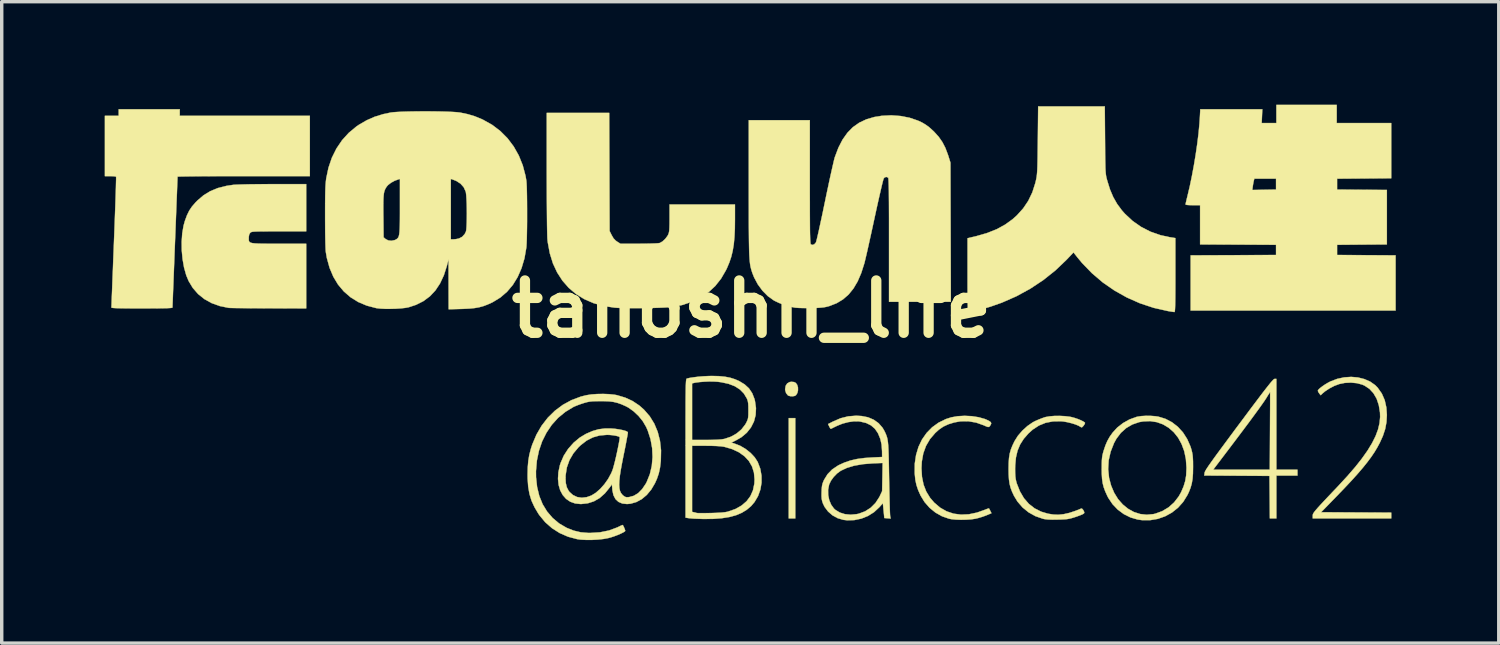
<source format=kicad_pcb>
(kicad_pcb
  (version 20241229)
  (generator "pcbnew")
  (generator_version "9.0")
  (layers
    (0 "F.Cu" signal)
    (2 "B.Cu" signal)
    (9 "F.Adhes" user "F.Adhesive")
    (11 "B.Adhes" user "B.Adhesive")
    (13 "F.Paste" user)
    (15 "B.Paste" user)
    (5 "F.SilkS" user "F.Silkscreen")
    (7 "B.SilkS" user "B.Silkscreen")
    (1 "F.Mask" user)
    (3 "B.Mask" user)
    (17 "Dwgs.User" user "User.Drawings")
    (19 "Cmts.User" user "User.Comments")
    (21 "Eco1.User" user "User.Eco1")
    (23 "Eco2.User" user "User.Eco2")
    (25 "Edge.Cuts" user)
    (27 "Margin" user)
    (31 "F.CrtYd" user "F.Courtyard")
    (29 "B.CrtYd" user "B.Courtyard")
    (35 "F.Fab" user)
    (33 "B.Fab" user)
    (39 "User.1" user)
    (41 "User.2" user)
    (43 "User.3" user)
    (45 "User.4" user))
  (footprint "tanoshii_life"
    (layer "F.Cu")
    (at 18.843 5.953)
    (property "Reference" "tanoshii_life" (at 0 0 0) (layer "F.SilkS") (effects (font (size 1.524 1.524) (thickness 0.3))))
    (attr through_hole)
    (fp_poly (pts (xy 1.27 6.096) (xy 1.079 6.096) (xy 1.079 3.175) (xy 1.27 3.175) (xy 1.27 6.096)) (stroke (width 0.01) (type solid)) (fill yes) (layer "F.SilkS"))
    (fp_poly (pts (xy 1.235 2.124) (xy 1.286 2.151) (xy 1.324 2.203) (xy 1.348 2.281) (xy 1.349 2.365) (xy 1.33 2.443) (xy 1.293 2.503) (xy 1.258 2.527) (xy 1.196 2.539) (xy 1.126 2.536) (xy 1.068 2.52) (xy 1.056 2.513) (xy 1.002 2.446) (xy 0.975 2.358) (xy 0.974 2.328) (xy 0.99 2.234) (xy 1.035 2.164) (xy 1.106 2.124) (xy 1.157 2.117) (xy 1.235 2.124)) (stroke (width 0.01) (type solid)) (fill yes) (layer "F.SilkS"))
    (fp_poly (pts (xy 17.039 -5.419) (xy 18.627 -5.419) (xy 18.627 -3.811) (xy 17.838 -3.805) (xy 17.05 -3.799) (xy 17.05 -3.482) (xy 17.775 -3.476) (xy 18.5 -3.471) (xy 18.5 -1.884) (xy 17.775 -1.879) (xy 17.05 -1.873) (xy 17.05 -1.577) (xy 17.902 -1.571) (xy 18.754 -1.566) (xy 18.754 0.042) (xy 12.785 0.042) (xy 12.785 -1.566) (xy 14.028 -1.571) (xy 15.272 -1.577) (xy 15.272 -1.873) (xy 14.166 -1.879) (xy 13.06 -1.884) (xy 13.06 -3.027) (xy 12.848 -3.027) (xy 12.741 -3.029) (xy 12.67 -3.035) (xy 12.638 -3.046) (xy 12.636 -3.049) (xy 12.641 -3.078) (xy 12.655 -3.139) (xy 12.674 -3.22) (xy 12.691 -3.288) (xy 12.734 -3.47) (xy 14.58 -3.47) (xy 14.926 -3.476) (xy 15.272 -3.482) (xy 15.272 -3.799) (xy 14.64 -3.799) (xy 14.625 -3.742) (xy 14.613 -3.687) (xy 14.6 -3.613) (xy 14.595 -3.578) (xy 14.58 -3.47) (xy 12.734 -3.47) (xy 12.757 -3.566) (xy 12.82 -3.868) (xy 12.879 -4.184) (xy 12.932 -4.504) (xy 12.978 -4.82) (xy 13.015 -5.12) (xy 13.041 -5.396) (xy 13.052 -5.56) (xy 13.066 -5.821) (xy 14.872 -5.821) (xy 14.863 -5.62) (xy 14.854 -5.419) (xy 15.282 -5.419) (xy 15.282 -5.948) (xy 17.039 -5.948) (xy 17.039 -5.419)) (stroke (width 0.01) (type solid)) (fill yes) (layer "F.SilkS"))
    (fp_poly (pts (xy 15.282 4.678) (xy 15.896 4.678) (xy 15.896 4.847) (xy 15.282 4.847) (xy 15.282 6.096) (xy 15.092 6.096) (xy 15.087 5.477) (xy 15.081 4.858) (xy 14.132 4.852) (xy 13.182 4.847) (xy 13.191 4.768) (xy 13.196 4.748) (xy 13.209 4.719) (xy 13.232 4.679) (xy 13.233 4.678) (xy 13.44 4.678) (xy 15.09 4.678) (xy 15.096 3.551) (xy 15.097 3.336) (xy 15.098 3.135) (xy 15.099 2.951) (xy 15.1 2.788) (xy 15.1 2.649) (xy 15.1 2.54) (xy 15.1 2.463) (xy 15.1 2.422) (xy 15.099 2.417) (xy 15.088 2.431) (xy 15.06 2.474) (xy 15.019 2.539) (xy 14.986 2.594) (xy 14.939 2.666) (xy 14.866 2.771) (xy 14.768 2.908) (xy 14.644 3.078) (xy 14.495 3.281) (xy 14.319 3.516) (xy 14.117 3.785) (xy 13.889 4.086) (xy 13.701 4.334) (xy 13.44 4.678) (xy 13.233 4.678) (xy 13.266 4.625) (xy 13.312 4.556) (xy 13.373 4.47) (xy 13.449 4.363) (xy 13.542 4.234) (xy 13.655 4.081) (xy 13.788 3.901) (xy 13.942 3.693) (xy 14.12 3.453) (xy 14.19 3.36) (xy 14.375 3.112) (xy 14.537 2.895) (xy 14.678 2.708) (xy 14.798 2.549) (xy 14.899 2.416) (xy 14.984 2.307) (xy 15.053 2.219) (xy 15.108 2.151) (xy 15.151 2.101) (xy 15.184 2.066) (xy 15.207 2.044) (xy 15.224 2.034) (xy 15.231 2.032) (xy 15.282 2.032) (xy 15.282 4.678)) (stroke (width 0.01) (type solid)) (fill yes) (layer "F.SilkS"))
    (fp_poly (pts (xy -12.975 -2.265) (xy -13.769 -2.265) (xy -13.973 -2.265) (xy -14.14 -2.264) (xy -14.272 -2.263) (xy -14.375 -2.262) (xy -14.452 -2.259) (xy -14.508 -2.256) (xy -14.547 -2.251) (xy -14.572 -2.244) (xy -14.59 -2.235) (xy -14.602 -2.225) (xy -14.605 -2.223) (xy -14.635 -2.174) (xy -14.647 -2.103) (xy -14.647 -2.078) (xy -14.648 -2.035) (xy -14.646 -2) (xy -14.638 -1.972) (xy -14.62 -1.95) (xy -14.589 -1.934) (xy -14.541 -1.922) (xy -14.471 -1.914) (xy -14.377 -1.909) (xy -14.254 -1.906) (xy -14.099 -1.905) (xy -13.907 -1.905) (xy -13.773 -1.905) (xy -12.975 -1.905) (xy -12.975 -0.021) (xy -14.071 -0.024) (xy -14.284 -0.025) (xy -14.486 -0.026) (xy -14.673 -0.027) (xy -14.839 -0.029) (xy -14.982 -0.03) (xy -15.097 -0.032) (xy -15.179 -0.034) (xy -15.224 -0.036) (xy -15.229 -0.036) (xy -15.493 -0.09) (xy -15.731 -0.176) (xy -15.942 -0.293) (xy -16.124 -0.44) (xy -16.277 -0.616) (xy -16.4 -0.82) (xy -16.469 -0.986) (xy -16.532 -1.21) (xy -16.575 -1.454) (xy -16.599 -1.708) (xy -16.602 -1.962) (xy -16.585 -2.206) (xy -16.547 -2.43) (xy -16.508 -2.569) (xy -16.448 -2.732) (xy -16.382 -2.867) (xy -16.302 -2.987) (xy -16.199 -3.106) (xy -16.141 -3.165) (xy -15.965 -3.315) (xy -15.769 -3.435) (xy -15.548 -3.526) (xy -15.299 -3.589) (xy -15.102 -3.619) (xy -15.041 -3.623) (xy -14.943 -3.627) (xy -14.813 -3.631) (xy -14.657 -3.635) (xy -14.48 -3.637) (xy -14.288 -3.639) (xy -14.085 -3.64) (xy -13.944 -3.64) (xy -12.975 -3.641) (xy -12.975 -2.265)) (stroke (width 0.01) (type solid)) (fill yes) (layer "F.SilkS"))
    (fp_poly (pts (xy 6.41 3.118) (xy 6.609 3.149) (xy 6.787 3.199) (xy 6.834 3.218) (xy 6.916 3.258) (xy 6.963 3.292) (xy 6.977 3.326) (xy 6.966 3.359) (xy 6.938 3.406) (xy 6.913 3.43) (xy 6.881 3.433) (xy 6.831 3.416) (xy 6.763 3.385) (xy 6.538 3.305) (xy 6.31 3.266) (xy 6.082 3.268) (xy 5.899 3.301) (xy 5.727 3.354) (xy 5.583 3.421) (xy 5.453 3.51) (xy 5.344 3.609) (xy 5.192 3.787) (xy 5.077 3.984) (xy 4.998 4.201) (xy 4.955 4.441) (xy 4.945 4.636) (xy 4.96 4.887) (xy 5.006 5.112) (xy 5.084 5.313) (xy 5.195 5.495) (xy 5.32 5.64) (xy 5.491 5.784) (xy 5.678 5.89) (xy 5.881 5.958) (xy 6.097 5.986) (xy 6.325 5.976) (xy 6.563 5.926) (xy 6.781 5.849) (xy 6.846 5.823) (xy 6.893 5.807) (xy 6.911 5.804) (xy 6.923 5.825) (xy 6.946 5.869) (xy 6.95 5.877) (xy 6.984 5.944) (xy 6.831 6.008) (xy 6.727 6.046) (xy 6.609 6.082) (xy 6.515 6.105) (xy 6.393 6.123) (xy 6.249 6.133) (xy 6.096 6.136) (xy 5.948 6.131) (xy 5.819 6.118) (xy 5.75 6.105) (xy 5.545 6.034) (xy 5.353 5.926) (xy 5.181 5.786) (xy 5.035 5.619) (xy 4.92 5.431) (xy 4.848 5.27) (xy 4.799 5.124) (xy 4.767 4.975) (xy 4.75 4.805) (xy 4.748 4.771) (xy 4.75 4.501) (xy 4.788 4.247) (xy 4.859 4.011) (xy 4.962 3.796) (xy 5.095 3.606) (xy 5.256 3.442) (xy 5.443 3.307) (xy 5.655 3.203) (xy 5.814 3.152) (xy 6 3.119) (xy 6.202 3.108) (xy 6.41 3.118)) (stroke (width 0.01) (type solid)) (fill yes) (layer "F.SilkS"))
    (fp_poly (pts (xy -4.138 -2.275) (xy -4.077 -2.152) (xy -4.024 -2.061) (xy -3.963 -1.997) (xy -3.92 -1.966) (xy -3.823 -1.905) (xy -3.278 -1.905) (xy -3.101 -1.906) (xy -2.949 -1.909) (xy -2.826 -1.913) (xy -2.735 -1.918) (xy -2.682 -1.925) (xy -2.674 -1.927) (xy -2.595 -1.973) (xy -2.517 -2.046) (xy -2.453 -2.131) (xy -2.432 -2.17) (xy -2.418 -2.205) (xy -2.407 -2.247) (xy -2.4 -2.302) (xy -2.396 -2.377) (xy -2.393 -2.478) (xy -2.392 -2.614) (xy -2.392 -2.651) (xy -2.392 -3.048) (xy -0.487 -3.048) (xy -0.487 -2.613) (xy -0.49 -2.338) (xy -0.502 -2.098) (xy -0.522 -1.886) (xy -0.553 -1.697) (xy -0.595 -1.524) (xy -0.65 -1.36) (xy -0.718 -1.199) (xy -0.75 -1.132) (xy -0.893 -0.886) (xy -1.063 -0.672) (xy -1.261 -0.489) (xy -1.486 -0.336) (xy -1.741 -0.213) (xy -2.026 -0.119) (xy -2.243 -0.071) (xy -2.317 -0.061) (xy -2.426 -0.053) (xy -2.565 -0.045) (xy -2.726 -0.039) (xy -2.902 -0.034) (xy -3.087 -0.031) (xy -3.275 -0.028) (xy -3.458 -0.028) (xy -3.629 -0.029) (xy -3.783 -0.032) (xy -3.912 -0.037) (xy -4.002 -0.044) (xy -4.318 -0.092) (xy -4.61 -0.175) (xy -4.876 -0.291) (xy -5.116 -0.439) (xy -5.328 -0.619) (xy -5.511 -0.828) (xy -5.665 -1.066) (xy -5.789 -1.332) (xy -5.88 -1.626) (xy -5.939 -1.945) (xy -5.947 -2.011) (xy -5.951 -2.067) (xy -5.954 -2.162) (xy -5.957 -2.292) (xy -5.96 -2.456) (xy -5.962 -2.65) (xy -5.964 -2.871) (xy -5.966 -3.115) (xy -5.967 -3.381) (xy -5.968 -3.664) (xy -5.969 -3.961) (xy -5.969 -3.963) (xy -5.969 -5.715) (xy -4.15 -5.715) (xy -4.138 -2.275)) (stroke (width 0.01) (type solid)) (fill yes) (layer "F.SilkS"))
    (fp_poly (pts (xy 17.658 1.991) (xy 17.845 2.038) (xy 18.014 2.112) (xy 18.16 2.215) (xy 18.233 2.29) (xy 18.353 2.46) (xy 18.437 2.652) (xy 18.485 2.866) (xy 18.5 3.083) (xy 18.488 3.292) (xy 18.451 3.491) (xy 18.385 3.691) (xy 18.298 3.884) (xy 18.225 4.021) (xy 18.143 4.159) (xy 18.047 4.301) (xy 17.936 4.451) (xy 17.807 4.612) (xy 17.657 4.787) (xy 17.484 4.98) (xy 17.284 5.193) (xy 17.056 5.431) (xy 17.037 5.45) (xy 16.584 5.916) (xy 17.605 5.922) (xy 18.627 5.927) (xy 18.627 6.096) (xy 16.341 6.096) (xy 16.341 6.019) (xy 16.341 5.999) (xy 16.345 5.98) (xy 16.353 5.958) (xy 16.37 5.93) (xy 16.396 5.894) (xy 16.434 5.848) (xy 16.487 5.787) (xy 16.557 5.71) (xy 16.646 5.614) (xy 16.757 5.496) (xy 16.892 5.353) (xy 17.054 5.183) (xy 17.081 5.154) (xy 17.346 4.867) (xy 17.577 4.6) (xy 17.773 4.352) (xy 17.937 4.12) (xy 18.069 3.903) (xy 18.171 3.699) (xy 18.243 3.505) (xy 18.287 3.32) (xy 18.304 3.142) (xy 18.3 3.012) (xy 18.265 2.797) (xy 18.202 2.609) (xy 18.11 2.451) (xy 17.993 2.323) (xy 17.85 2.228) (xy 17.784 2.199) (xy 17.628 2.157) (xy 17.453 2.14) (xy 17.274 2.149) (xy 17.113 2.182) (xy 16.971 2.235) (xy 16.827 2.31) (xy 16.697 2.396) (xy 16.63 2.452) (xy 16.571 2.508) (xy 16.53 2.455) (xy 16.501 2.41) (xy 16.489 2.376) (xy 16.506 2.346) (xy 16.553 2.301) (xy 16.622 2.248) (xy 16.704 2.192) (xy 16.793 2.14) (xy 16.856 2.107) (xy 17.053 2.032) (xy 17.256 1.988) (xy 17.46 1.974) (xy 17.658 1.991)) (stroke (width 0.01) (type solid)) (fill yes) (layer "F.SilkS"))
    (fp_poly (pts (xy -16.658 -5.63) (xy -12.869 -5.63) (xy -12.869 -3.873) (xy -14.796 -3.873) (xy -15.077 -3.873) (xy -15.346 -3.873) (xy -15.6 -3.872) (xy -15.836 -3.871) (xy -16.05 -3.87) (xy -16.24 -3.868) (xy -16.402 -3.866) (xy -16.535 -3.864) (xy -16.634 -3.862) (xy -16.698 -3.86) (xy -16.722 -3.858) (xy -16.722 -3.858) (xy -16.723 -3.835) (xy -16.725 -3.772) (xy -16.729 -3.674) (xy -16.734 -3.542) (xy -16.74 -3.38) (xy -16.748 -3.191) (xy -16.756 -2.978) (xy -16.765 -2.744) (xy -16.775 -2.492) (xy -16.785 -2.224) (xy -16.796 -1.958) (xy -16.807 -1.679) (xy -16.817 -1.412) (xy -16.827 -1.16) (xy -16.836 -0.926) (xy -16.844 -0.712) (xy -16.852 -0.524) (xy -16.858 -0.362) (xy -16.863 -0.23) (xy -16.867 -0.132) (xy -16.869 -0.07) (xy -16.87 -0.048) (xy -16.878 -0.041) (xy -16.906 -0.035) (xy -16.956 -0.031) (xy -17.032 -0.027) (xy -17.136 -0.025) (xy -17.271 -0.023) (xy -17.441 -0.022) (xy -17.649 -0.021) (xy -17.759 -0.021) (xy -17.985 -0.021) (xy -18.173 -0.022) (xy -18.324 -0.024) (xy -18.442 -0.026) (xy -18.53 -0.029) (xy -18.591 -0.033) (xy -18.629 -0.038) (xy -18.646 -0.044) (xy -18.648 -0.048) (xy -18.647 -0.072) (xy -18.644 -0.136) (xy -18.641 -0.236) (xy -18.636 -0.369) (xy -18.629 -0.533) (xy -18.622 -0.723) (xy -18.614 -0.937) (xy -18.604 -1.172) (xy -18.595 -1.425) (xy -18.584 -1.693) (xy -18.574 -1.955) (xy -18.563 -2.234) (xy -18.553 -2.5) (xy -18.544 -2.751) (xy -18.535 -2.985) (xy -18.528 -3.197) (xy -18.522 -3.385) (xy -18.517 -3.546) (xy -18.514 -3.676) (xy -18.511 -3.773) (xy -18.511 -3.834) (xy -18.512 -3.855) (xy -18.537 -3.864) (xy -18.593 -3.87) (xy -18.669 -3.873) (xy -18.681 -3.873) (xy -18.838 -3.873) (xy -18.838 -5.63) (xy -18.436 -5.63) (xy -18.436 -5.821) (xy -16.658 -5.821) (xy -16.658 -5.63)) (stroke (width 0.01) (type solid)) (fill yes) (layer "F.SilkS"))
    (fp_poly (pts (xy 10.292 -4.927) (xy 10.294 -4.698) (xy 10.295 -4.507) (xy 10.297 -4.349) (xy 10.3 -4.222) (xy 10.302 -4.119) (xy 10.306 -4.036) (xy 10.311 -3.97) (xy 10.317 -3.916) (xy 10.324 -3.869) (xy 10.333 -3.826) (xy 10.345 -3.782) (xy 10.355 -3.744) (xy 10.435 -3.487) (xy 10.53 -3.263) (xy 10.644 -3.063) (xy 10.781 -2.878) (xy 10.873 -2.774) (xy 11.097 -2.566) (xy 11.345 -2.393) (xy 11.615 -2.255) (xy 11.907 -2.153) (xy 12.176 -2.095) (xy 12.34 -2.069) (xy 12.34 -0.992) (xy 12.34 -0.741) (xy 12.339 -0.53) (xy 12.338 -0.355) (xy 12.336 -0.214) (xy 12.334 -0.104) (xy 12.331 -0.022) (xy 12.327 0.035) (xy 12.322 0.069) (xy 12.316 0.084) (xy 12.314 0.085) (xy 12.281 0.081) (xy 12.219 0.072) (xy 12.14 0.059) (xy 12.118 0.055) (xy 11.707 -0.038) (xy 11.309 -0.17) (xy 10.927 -0.339) (xy 10.564 -0.543) (xy 10.223 -0.779) (xy 9.908 -1.048) (xy 9.62 -1.346) (xy 9.485 -1.509) (xy 9.373 -1.651) (xy 9.17 -1.437) (xy 8.847 -1.128) (xy 8.494 -0.847) (xy 8.114 -0.595) (xy 7.711 -0.375) (xy 7.288 -0.189) (xy 6.964 -0.075) (xy 6.881 -0.05) (xy 6.779 -0.022) (xy 6.669 0.007) (xy 6.559 0.034) (xy 6.459 0.057) (xy 6.377 0.075) (xy 6.324 0.084) (xy 6.313 0.084) (xy 6.307 0.076) (xy 6.302 0.049) (xy 6.297 0.001) (xy 6.294 -0.071) (xy 6.291 -0.171) (xy 6.289 -0.301) (xy 6.288 -0.463) (xy 6.287 -0.661) (xy 6.287 -0.897) (xy 6.287 -0.99) (xy 6.287 -2.064) (xy 6.556 -2.129) (xy 6.863 -2.218) (xy 7.137 -2.327) (xy 7.38 -2.46) (xy 7.598 -2.617) (xy 7.726 -2.732) (xy 7.908 -2.934) (xy 8.057 -3.156) (xy 8.174 -3.4) (xy 8.261 -3.673) (xy 8.281 -3.757) (xy 8.291 -3.806) (xy 8.3 -3.856) (xy 8.307 -3.912) (xy 8.313 -3.979) (xy 8.318 -4.06) (xy 8.322 -4.16) (xy 8.325 -4.284) (xy 8.328 -4.435) (xy 8.33 -4.618) (xy 8.333 -4.837) (xy 8.334 -4.927) (xy 8.344 -5.905) (xy 10.284 -5.905) (xy 10.292 -4.927)) (stroke (width 0.01) (type solid)) (fill yes) (layer "F.SilkS"))
    (fp_poly (pts (xy 9.128 3.118) (xy 9.266 3.135) (xy 9.313 3.144) (xy 9.405 3.169) (xy 9.499 3.201) (xy 9.585 3.236) (xy 9.655 3.271) (xy 9.699 3.3) (xy 9.709 3.313) (xy 9.701 3.342) (xy 9.673 3.386) (xy 9.665 3.397) (xy 9.629 3.436) (xy 9.603 3.444) (xy 9.583 3.433) (xy 9.521 3.396) (xy 9.428 3.358) (xy 9.316 3.323) (xy 9.196 3.294) (xy 9.079 3.273) (xy 9.006 3.266) (xy 8.774 3.27) (xy 8.561 3.311) (xy 8.367 3.39) (xy 8.187 3.507) (xy 8.064 3.617) (xy 7.924 3.777) (xy 7.818 3.943) (xy 7.743 4.123) (xy 7.696 4.324) (xy 7.675 4.551) (xy 7.673 4.646) (xy 7.674 4.772) (xy 7.679 4.869) (xy 7.689 4.948) (xy 7.705 5.021) (xy 7.722 5.08) (xy 7.813 5.309) (xy 7.929 5.507) (xy 8.072 5.672) (xy 8.24 5.803) (xy 8.432 5.9) (xy 8.627 5.958) (xy 8.783 5.983) (xy 8.933 5.989) (xy 9.085 5.973) (xy 9.249 5.936) (xy 9.431 5.876) (xy 9.603 5.807) (xy 9.628 5.817) (xy 9.658 5.854) (xy 9.664 5.865) (xy 9.686 5.912) (xy 9.686 5.938) (xy 9.665 5.959) (xy 9.66 5.963) (xy 9.624 5.981) (xy 9.558 6.008) (xy 9.474 6.039) (xy 9.42 6.057) (xy 9.333 6.084) (xy 9.26 6.103) (xy 9.187 6.116) (xy 9.103 6.123) (xy 8.996 6.128) (xy 8.911 6.13) (xy 8.75 6.132) (xy 8.625 6.127) (xy 8.53 6.116) (xy 8.486 6.107) (xy 8.266 6.031) (xy 8.066 5.92) (xy 7.89 5.777) (xy 7.742 5.606) (xy 7.641 5.44) (xy 7.583 5.316) (xy 7.54 5.201) (xy 7.511 5.085) (xy 7.493 4.957) (xy 7.484 4.806) (xy 7.482 4.657) (xy 7.485 4.48) (xy 7.495 4.335) (xy 7.515 4.21) (xy 7.547 4.094) (xy 7.593 3.977) (xy 7.655 3.847) (xy 7.658 3.842) (xy 7.755 3.688) (xy 7.883 3.54) (xy 8.03 3.406) (xy 8.186 3.298) (xy 8.257 3.261) (xy 8.354 3.218) (xy 8.456 3.178) (xy 8.543 3.148) (xy 8.562 3.143) (xy 8.677 3.123) (xy 8.82 3.111) (xy 8.975 3.11) (xy 9.128 3.118)) (stroke (width 0.01) (type solid)) (fill yes) (layer "F.SilkS"))
    (fp_poly (pts (xy 11.62 3.109) (xy 11.755 3.119) (xy 11.843 3.132) (xy 12.05 3.195) (xy 12.241 3.295) (xy 12.413 3.429) (xy 12.562 3.593) (xy 12.685 3.786) (xy 12.78 4.002) (xy 12.81 4.1) (xy 12.828 4.174) (xy 12.841 4.248) (xy 12.849 4.331) (xy 12.854 4.433) (xy 12.855 4.565) (xy 12.855 4.604) (xy 12.852 4.79) (xy 12.84 4.946) (xy 12.817 5.081) (xy 12.782 5.205) (xy 12.732 5.33) (xy 12.692 5.414) (xy 12.569 5.613) (xy 12.417 5.784) (xy 12.24 5.925) (xy 12.042 6.034) (xy 11.829 6.109) (xy 11.605 6.147) (xy 11.374 6.147) (xy 11.241 6.128) (xy 11.034 6.068) (xy 10.839 5.971) (xy 10.662 5.84) (xy 10.509 5.68) (xy 10.385 5.495) (xy 10.357 5.44) (xy 10.297 5.308) (xy 10.253 5.188) (xy 10.223 5.07) (xy 10.205 4.942) (xy 10.196 4.793) (xy 10.195 4.661) (xy 10.382 4.661) (xy 10.409 4.916) (xy 10.468 5.138) (xy 10.557 5.349) (xy 10.671 5.534) (xy 10.808 5.69) (xy 10.963 5.816) (xy 11.133 5.91) (xy 11.315 5.968) (xy 11.504 5.989) (xy 11.698 5.971) (xy 11.755 5.958) (xy 11.958 5.884) (xy 12.142 5.774) (xy 12.303 5.63) (xy 12.436 5.458) (xy 12.507 5.332) (xy 12.579 5.165) (xy 12.627 5.008) (xy 12.654 4.845) (xy 12.663 4.66) (xy 12.664 4.614) (xy 12.646 4.366) (xy 12.598 4.136) (xy 12.521 3.928) (xy 12.419 3.743) (xy 12.293 3.585) (xy 12.146 3.456) (xy 11.981 3.357) (xy 11.8 3.292) (xy 11.605 3.262) (xy 11.399 3.271) (xy 11.284 3.292) (xy 11.086 3.36) (xy 10.908 3.464) (xy 10.753 3.603) (xy 10.623 3.774) (xy 10.553 3.902) (xy 10.454 4.154) (xy 10.397 4.407) (xy 10.382 4.661) (xy 10.195 4.661) (xy 10.195 4.636) (xy 10.196 4.503) (xy 10.199 4.403) (xy 10.206 4.324) (xy 10.217 4.254) (xy 10.234 4.184) (xy 10.252 4.121) (xy 10.304 3.967) (xy 10.359 3.84) (xy 10.425 3.722) (xy 10.511 3.6) (xy 10.648 3.45) (xy 10.816 3.319) (xy 11.003 3.214) (xy 11.2 3.142) (xy 11.236 3.133) (xy 11.344 3.116) (xy 11.477 3.108) (xy 11.62 3.109)) (stroke (width 0.01) (type solid)) (fill yes) (layer "F.SilkS"))
    (fp_poly (pts (xy 3.203 3.114) (xy 3.389 3.151) (xy 3.555 3.222) (xy 3.697 3.324) (xy 3.811 3.455) (xy 3.865 3.548) (xy 3.891 3.602) (xy 3.913 3.652) (xy 3.931 3.701) (xy 3.947 3.754) (xy 3.959 3.815) (xy 3.969 3.888) (xy 3.977 3.977) (xy 3.983 4.087) (xy 3.988 4.22) (xy 3.992 4.382) (xy 3.996 4.576) (xy 4 4.806) (xy 4.002 4.921) (xy 4.006 5.129) (xy 4.01 5.326) (xy 4.014 5.507) (xy 4.018 5.669) (xy 4.022 5.806) (xy 4.026 5.915) (xy 4.03 5.99) (xy 4.033 6.027) (xy 4.033 6.029) (xy 4.048 6.099) (xy 3.955 6.092) (xy 3.863 6.085) (xy 3.842 5.869) (xy 3.821 5.653) (xy 3.716 5.772) (xy 3.564 5.913) (xy 3.388 6.024) (xy 3.193 6.102) (xy 2.987 6.145) (xy 2.778 6.15) (xy 2.667 6.137) (xy 2.503 6.088) (xy 2.353 6.006) (xy 2.225 5.895) (xy 2.124 5.761) (xy 2.074 5.657) (xy 2.052 5.589) (xy 2.039 5.523) (xy 2.034 5.446) (xy 2.035 5.342) (xy 2.036 5.323) (xy 2.039 5.261) (xy 2.226 5.261) (xy 2.228 5.415) (xy 2.259 5.564) (xy 2.316 5.699) (xy 2.397 5.81) (xy 2.439 5.848) (xy 2.566 5.925) (xy 2.716 5.972) (xy 2.882 5.988) (xy 3.055 5.972) (xy 3.121 5.958) (xy 3.305 5.889) (xy 3.468 5.784) (xy 3.605 5.647) (xy 3.714 5.48) (xy 3.732 5.445) (xy 3.799 5.302) (xy 3.807 4.892) (xy 3.814 4.481) (xy 3.521 4.493) (xy 3.237 4.516) (xy 2.986 4.56) (xy 2.77 4.625) (xy 2.592 4.709) (xy 2.486 4.787) (xy 2.388 4.888) (xy 2.308 4.999) (xy 2.256 5.108) (xy 2.255 5.112) (xy 2.226 5.261) (xy 2.039 5.261) (xy 2.041 5.218) (xy 2.05 5.141) (xy 2.066 5.075) (xy 2.092 5.008) (xy 2.111 4.968) (xy 2.21 4.808) (xy 2.344 4.67) (xy 2.513 4.557) (xy 2.532 4.546) (xy 2.701 4.469) (xy 2.877 4.409) (xy 3.07 4.365) (xy 3.288 4.336) (xy 3.514 4.321) (xy 3.799 4.307) (xy 3.797 4.138) (xy 3.784 3.947) (xy 3.747 3.781) (xy 3.683 3.626) (xy 3.677 3.613) (xy 3.589 3.484) (xy 3.475 3.386) (xy 3.334 3.316) (xy 3.161 3.275) (xy 3.117 3.269) (xy 2.975 3.268) (xy 2.815 3.291) (xy 2.649 3.334) (xy 2.491 3.397) (xy 2.477 3.404) (xy 2.402 3.44) (xy 2.344 3.469) (xy 2.31 3.486) (xy 2.306 3.488) (xy 2.29 3.474) (xy 2.266 3.434) (xy 2.26 3.421) (xy 2.225 3.348) (xy 2.367 3.275) (xy 2.589 3.179) (xy 2.812 3.123) (xy 3.043 3.105) (xy 3.203 3.114)) (stroke (width 0.01) (type solid)) (fill yes) (layer "F.SilkS"))
    (fp_poly (pts (xy -0.955 1.952) (xy -0.78 1.969) (xy -0.628 1.998) (xy -0.489 2.042) (xy -0.367 2.095) (xy -0.205 2.193) (xy -0.079 2.309) (xy 0.015 2.449) (xy 0.081 2.617) (xy 0.095 2.672) (xy 0.125 2.883) (xy 0.115 3.085) (xy 0.066 3.273) (xy -0.021 3.446) (xy -0.143 3.6) (xy -0.299 3.731) (xy -0.45 3.818) (xy -0.593 3.888) (xy -0.503 3.915) (xy -0.336 3.98) (xy -0.176 4.074) (xy -0.032 4.189) (xy 0.089 4.318) (xy 0.176 4.453) (xy 0.177 4.456) (xy 0.25 4.649) (xy 0.286 4.852) (xy 0.287 5.056) (xy 0.253 5.256) (xy 0.185 5.445) (xy 0.084 5.617) (xy -0.015 5.734) (xy -0.143 5.843) (xy -0.288 5.932) (xy -0.456 6.003) (xy -0.648 6.055) (xy -0.868 6.09) (xy -1.119 6.109) (xy -1.404 6.112) (xy -1.662 6.103) (xy -1.744 6.097) (xy -1.82 6.09) (xy -1.857 6.085) (xy -1.926 6.073) (xy -1.926 5.905) (xy -1.736 5.905) (xy -1.677 5.918) (xy -1.627 5.93) (xy -1.598 5.939) (xy -1.571 5.941) (xy -1.509 5.942) (xy -1.419 5.942) (xy -1.308 5.941) (xy -1.196 5.94) (xy -1.02 5.934) (xy -0.882 5.926) (xy -0.775 5.915) (xy -0.696 5.9) (xy -0.688 5.897) (xy -0.474 5.822) (xy -0.295 5.721) (xy -0.149 5.596) (xy -0.038 5.448) (xy 0.038 5.276) (xy 0.078 5.083) (xy 0.084 4.961) (xy 0.066 4.762) (xy 0.01 4.583) (xy -0.082 4.423) (xy -0.209 4.286) (xy -0.371 4.17) (xy -0.564 4.079) (xy -0.79 4.013) (xy -0.804 4.009) (xy -0.896 3.996) (xy -1.027 3.987) (xy -1.194 3.981) (xy -1.339 3.98) (xy -1.736 3.979) (xy -1.736 5.905) (xy -1.926 5.905) (xy -1.926 4.054) (xy -1.926 3.716) (xy -1.926 3.418) (xy -1.926 3.157) (xy -1.925 2.931) (xy -1.925 2.737) (xy -1.924 2.573) (xy -1.922 2.437) (xy -1.921 2.325) (xy -1.919 2.235) (xy -1.916 2.166) (xy -1.916 2.164) (xy -1.736 2.164) (xy -1.736 3.81) (xy -1.328 3.81) (xy -1.143 3.808) (xy -0.996 3.803) (xy -0.883 3.794) (xy -0.799 3.781) (xy -0.788 3.778) (xy -0.604 3.716) (xy -0.438 3.622) (xy -0.297 3.503) (xy -0.187 3.361) (xy -0.157 3.308) (xy -0.13 3.251) (xy -0.112 3.203) (xy -0.102 3.15) (xy -0.097 3.082) (xy -0.096 2.987) (xy -0.096 2.942) (xy -0.097 2.828) (xy -0.102 2.745) (xy -0.112 2.683) (xy -0.129 2.63) (xy -0.142 2.6) (xy -0.229 2.456) (xy -0.346 2.338) (xy -0.494 2.244) (xy -0.675 2.175) (xy -0.89 2.129) (xy -0.991 2.116) (xy -1.107 2.109) (xy -1.244 2.108) (xy -1.386 2.114) (xy -1.521 2.125) (xy -1.634 2.14) (xy -1.682 2.15) (xy -1.736 2.164) (xy -1.916 2.164) (xy -1.913 2.113) (xy -1.909 2.076) (xy -1.905 2.05) (xy -1.9 2.035) (xy -1.895 2.027) (xy -1.889 2.023) (xy -1.803 2.003) (xy -1.685 1.985) (xy -1.547 1.968) (xy -1.399 1.956) (xy -1.253 1.949) (xy -1.161 1.947) (xy -0.955 1.952)) (stroke (width 0.01) (type solid)) (fill yes) (layer "F.SilkS"))
    (fp_poly (pts (xy 4.338 -5.624) (xy 4.599 -5.573) (xy 4.84 -5.491) (xy 4.959 -5.436) (xy 5.07 -5.37) (xy 5.174 -5.293) (xy 5.285 -5.193) (xy 5.314 -5.165) (xy 5.446 -5.019) (xy 5.553 -4.866) (xy 5.641 -4.696) (xy 5.716 -4.497) (xy 5.73 -4.455) (xy 5.789 -4.265) (xy 5.795 -2.238) (xy 5.801 -0.212) (xy 4 -0.212) (xy 4 -2.007) (xy 4 -2.342) (xy 4 -2.638) (xy 3.999 -2.895) (xy 3.998 -3.116) (xy 3.996 -3.303) (xy 3.995 -3.458) (xy 3.992 -3.582) (xy 3.989 -3.679) (xy 3.986 -3.75) (xy 3.982 -3.797) (xy 3.978 -3.822) (xy 3.975 -3.827) (xy 3.926 -3.851) (xy 3.876 -3.838) (xy 3.845 -3.805) (xy 3.835 -3.775) (xy 3.817 -3.709) (xy 3.792 -3.608) (xy 3.762 -3.479) (xy 3.726 -3.324) (xy 3.686 -3.148) (xy 3.643 -2.955) (xy 3.598 -2.748) (xy 3.578 -2.656) (xy 3.531 -2.438) (xy 3.485 -2.226) (xy 3.44 -2.024) (xy 3.399 -1.838) (xy 3.362 -1.673) (xy 3.329 -1.532) (xy 3.303 -1.422) (xy 3.285 -1.347) (xy 3.281 -1.333) (xy 3.191 -1.051) (xy 3.086 -0.807) (xy 2.963 -0.599) (xy 2.822 -0.425) (xy 2.66 -0.284) (xy 2.476 -0.173) (xy 2.27 -0.092) (xy 2.244 -0.084) (xy 2.17 -0.065) (xy 2.093 -0.051) (xy 2.003 -0.042) (xy 1.89 -0.035) (xy 1.746 -0.031) (xy 1.736 -0.031) (xy 1.606 -0.03) (xy 1.479 -0.031) (xy 1.367 -0.035) (xy 1.28 -0.041) (xy 1.249 -0.045) (xy 1.107 -0.075) (xy 0.95 -0.122) (xy 0.797 -0.18) (xy 0.664 -0.243) (xy 0.64 -0.257) (xy 0.47 -0.379) (xy 0.315 -0.536) (xy 0.18 -0.719) (xy 0.071 -0.923) (xy 0.019 -1.053) (xy 0.003 -1.103) (xy -0.012 -1.151) (xy -0.025 -1.201) (xy -0.037 -1.254) (xy -0.047 -1.315) (xy -0.055 -1.384) (xy -0.062 -1.466) (xy -0.068 -1.563) (xy -0.073 -1.678) (xy -0.076 -1.813) (xy -0.079 -1.972) (xy -0.081 -2.157) (xy -0.083 -2.37) (xy -0.084 -2.615) (xy -0.084 -2.894) (xy -0.085 -3.21) (xy -0.085 -3.53) (xy -0.085 -5.503) (xy 1.693 -5.503) (xy 1.693 -3.707) (xy 1.693 -3.385) (xy 1.694 -3.102) (xy 1.694 -2.857) (xy 1.695 -2.647) (xy 1.696 -2.468) (xy 1.697 -2.32) (xy 1.699 -2.198) (xy 1.702 -2.1) (xy 1.704 -2.024) (xy 1.708 -1.968) (xy 1.711 -1.928) (xy 1.716 -1.902) (xy 1.721 -1.888) (xy 1.724 -1.885) (xy 1.772 -1.869) (xy 1.823 -1.888) (xy 1.868 -1.937) (xy 1.872 -1.946) (xy 1.882 -1.977) (xy 1.9 -2.046) (xy 1.924 -2.149) (xy 1.954 -2.28) (xy 1.988 -2.437) (xy 2.027 -2.616) (xy 2.069 -2.812) (xy 2.112 -3.021) (xy 2.136 -3.135) (xy 2.181 -3.354) (xy 2.226 -3.564) (xy 2.268 -3.763) (xy 2.308 -3.944) (xy 2.344 -4.104) (xy 2.375 -4.239) (xy 2.399 -4.342) (xy 2.417 -4.411) (xy 2.423 -4.429) (xy 2.526 -4.702) (xy 2.647 -4.937) (xy 2.788 -5.136) (xy 2.949 -5.3) (xy 3.134 -5.43) (xy 3.342 -5.528) (xy 3.576 -5.596) (xy 3.789 -5.63) (xy 4.065 -5.644) (xy 4.338 -5.624)) (stroke (width 0.01) (type solid)) (fill yes) (layer "F.SilkS"))
    (fp_poly (pts (xy -9.213 -5.758) (xy -9.025 -5.755) (xy -8.854 -5.75) (xy -8.704 -5.743) (xy -8.584 -5.735) (xy -8.5 -5.725) (xy -8.496 -5.725) (xy -8.271 -5.678) (xy -8.07 -5.618) (xy -7.873 -5.538) (xy -7.82 -5.513) (xy -7.556 -5.365) (xy -7.319 -5.184) (xy -7.11 -4.974) (xy -6.931 -4.736) (xy -6.783 -4.473) (xy -6.668 -4.188) (xy -6.587 -3.882) (xy -6.562 -3.736) (xy -6.557 -3.671) (xy -6.552 -3.57) (xy -6.548 -3.439) (xy -6.545 -3.285) (xy -6.543 -3.112) (xy -6.542 -2.928) (xy -6.542 -2.738) (xy -6.542 -2.549) (xy -6.544 -2.366) (xy -6.547 -2.197) (xy -6.55 -2.047) (xy -6.555 -1.921) (xy -6.56 -1.827) (xy -6.564 -1.789) (xy -6.618 -1.478) (xy -6.703 -1.193) (xy -6.816 -0.935) (xy -6.956 -0.706) (xy -7.124 -0.507) (xy -7.317 -0.34) (xy -7.536 -0.206) (xy -7.565 -0.191) (xy -7.696 -0.132) (xy -7.816 -0.087) (xy -7.937 -0.054) (xy -8.067 -0.031) (xy -8.217 -0.016) (xy -8.397 -0.007) (xy -8.461 -0.005) (xy -8.826 0.005) (xy -8.828 -0.723) (xy -8.829 -1.45) (xy -8.878 -1.259) (xy -8.965 -0.987) (xy -9.076 -0.749) (xy -9.212 -0.544) (xy -9.373 -0.373) (xy -9.561 -0.233) (xy -9.776 -0.125) (xy -9.991 -0.054) (xy -10.088 -0.036) (xy -10.217 -0.022) (xy -10.364 -0.012) (xy -10.52 -0.008) (xy -10.672 -0.008) (xy -10.808 -0.015) (xy -10.919 -0.027) (xy -10.936 -0.03) (xy -11.211 -0.102) (xy -11.46 -0.207) (xy -11.683 -0.345) (xy -11.879 -0.515) (xy -12.047 -0.715) (xy -12.185 -0.944) (xy -12.294 -1.202) (xy -12.373 -1.488) (xy -12.403 -1.662) (xy -12.408 -1.715) (xy -12.412 -1.805) (xy -12.416 -1.927) (xy -12.419 -2.075) (xy -12.422 -2.244) (xy -12.423 -2.428) (xy -12.424 -2.621) (xy -12.424 -2.696) (xy -12.424 -2.928) (xy -10.729 -2.928) (xy -10.728 -2.738) (xy -10.727 -2.702) (xy -10.721 -2.092) (xy -10.662 -2.041) (xy -10.585 -2.001) (xy -10.492 -1.99) (xy -10.398 -2.01) (xy -10.373 -2.02) (xy -10.353 -2.032) (xy -8.763 -2.032) (xy -8.686 -2.032) (xy -8.612 -2.039) (xy -8.534 -2.055) (xy -8.528 -2.056) (xy -8.432 -2.106) (xy -8.357 -2.188) (xy -8.321 -2.263) (xy -8.312 -2.314) (xy -8.305 -2.4) (xy -8.3 -2.513) (xy -8.297 -2.644) (xy -8.296 -2.787) (xy -8.297 -2.932) (xy -8.3 -3.073) (xy -8.306 -3.201) (xy -8.313 -3.308) (xy -8.322 -3.387) (xy -8.328 -3.42) (xy -8.387 -3.55) (xy -8.48 -3.654) (xy -8.606 -3.735) (xy -8.715 -3.777) (xy -8.763 -3.792) (xy -8.763 -2.032) (xy -10.353 -2.032) (xy -10.342 -2.038) (xy -10.317 -2.058) (xy -10.296 -2.084) (xy -10.279 -2.121) (xy -10.267 -2.172) (xy -10.258 -2.242) (xy -10.252 -2.335) (xy -10.248 -2.453) (xy -10.246 -2.603) (xy -10.245 -2.786) (xy -10.245 -2.994) (xy -10.245 -3.792) (xy -10.292 -3.778) (xy -10.402 -3.737) (xy -10.505 -3.68) (xy -10.588 -3.616) (xy -10.624 -3.576) (xy -10.654 -3.532) (xy -10.678 -3.487) (xy -10.697 -3.437) (xy -10.711 -3.377) (xy -10.72 -3.301) (xy -10.726 -3.204) (xy -10.729 -3.082) (xy -10.729 -2.928) (xy -12.424 -2.928) (xy -12.424 -2.935) (xy -12.423 -3.136) (xy -12.421 -3.303) (xy -12.418 -3.442) (xy -12.414 -3.557) (xy -12.408 -3.652) (xy -12.401 -3.732) (xy -12.392 -3.801) (xy -12.392 -3.805) (xy -12.326 -4.118) (xy -12.227 -4.409) (xy -12.094 -4.677) (xy -11.93 -4.919) (xy -11.735 -5.134) (xy -11.511 -5.32) (xy -11.439 -5.369) (xy -11.213 -5.5) (xy -10.981 -5.602) (xy -10.731 -5.679) (xy -10.512 -5.725) (xy -10.429 -5.735) (xy -10.311 -5.743) (xy -10.164 -5.75) (xy -9.993 -5.755) (xy -9.807 -5.758) (xy -9.61 -5.76) (xy -9.41 -5.76) (xy -9.213 -5.758)) (stroke (width 0.01) (type solid)) (fill yes) (layer "F.SilkS"))
    (fp_poly (pts (xy -4.149 2.477) (xy -3.996 2.493) (xy -3.926 2.506) (xy -3.684 2.578) (xy -3.469 2.677) (xy -3.273 2.808) (xy -3.137 2.928) (xy -2.97 3.12) (xy -2.837 3.336) (xy -2.737 3.576) (xy -2.671 3.836) (xy -2.64 4.114) (xy -2.646 4.409) (xy -2.647 4.427) (xy -2.67 4.62) (xy -2.706 4.786) (xy -2.759 4.941) (xy -2.817 5.071) (xy -2.926 5.256) (xy -3.055 5.411) (xy -3.2 5.533) (xy -3.358 5.619) (xy -3.525 5.667) (xy -3.63 5.677) (xy -3.768 5.662) (xy -3.88 5.614) (xy -3.967 5.533) (xy -4.026 5.42) (xy -4.057 5.276) (xy -4.059 5.248) (xy -4.07 5.103) (xy -4.133 5.192) (xy -4.276 5.367) (xy -4.428 5.502) (xy -4.593 5.597) (xy -4.772 5.655) (xy -4.968 5.677) (xy -4.98 5.677) (xy -5.142 5.66) (xy -5.285 5.609) (xy -5.406 5.526) (xy -5.504 5.414) (xy -5.577 5.278) (xy -5.623 5.12) (xy -5.641 4.944) (xy -5.639 4.911) (xy -5.422 4.911) (xy -5.415 5.063) (xy -5.386 5.187) (xy -5.333 5.289) (xy -5.308 5.323) (xy -5.206 5.415) (xy -5.084 5.473) (xy -4.949 5.494) (xy -4.805 5.477) (xy -4.669 5.429) (xy -4.541 5.35) (xy -4.412 5.237) (xy -4.29 5.1) (xy -4.181 4.946) (xy -4.093 4.783) (xy -4.056 4.697) (xy -4.035 4.632) (xy -4.01 4.541) (xy -3.982 4.432) (xy -3.953 4.311) (xy -3.925 4.185) (xy -3.899 4.062) (xy -3.876 3.948) (xy -3.858 3.851) (xy -3.847 3.777) (xy -3.844 3.734) (xy -3.846 3.726) (xy -3.888 3.705) (xy -3.961 3.687) (xy -4.055 3.672) (xy -4.156 3.663) (xy -4.217 3.662) (xy -4.428 3.68) (xy -4.623 3.735) (xy -4.806 3.828) (xy -4.979 3.962) (xy -5.04 4.019) (xy -5.193 4.201) (xy -5.308 4.399) (xy -5.384 4.613) (xy -5.419 4.839) (xy -5.422 4.911) (xy -5.639 4.911) (xy -5.63 4.753) (xy -5.587 4.55) (xy -5.566 4.484) (xy -5.474 4.271) (xy -5.346 4.072) (xy -5.188 3.893) (xy -5.007 3.742) (xy -4.824 3.632) (xy -4.636 3.551) (xy -4.459 3.5) (xy -4.277 3.477) (xy -4.096 3.477) (xy -3.982 3.486) (xy -3.869 3.502) (xy -3.767 3.522) (xy -3.684 3.544) (xy -3.627 3.568) (xy -3.607 3.586) (xy -3.608 3.612) (xy -3.618 3.674) (xy -3.635 3.767) (xy -3.657 3.885) (xy -3.684 4.024) (xy -3.715 4.177) (xy -3.727 4.234) (xy -3.775 4.478) (xy -3.813 4.685) (xy -3.84 4.858) (xy -3.855 5.002) (xy -3.86 5.12) (xy -3.853 5.215) (xy -3.836 5.292) (xy -3.808 5.354) (xy -3.768 5.405) (xy -3.741 5.431) (xy -3.693 5.465) (xy -3.648 5.479) (xy -3.586 5.476) (xy -3.571 5.475) (xy -3.433 5.437) (xy -3.306 5.36) (xy -3.19 5.242) (xy -3.085 5.087) (xy -3.057 5.034) (xy -2.966 4.808) (xy -2.909 4.564) (xy -2.887 4.308) (xy -2.899 4.048) (xy -2.946 3.788) (xy -3.028 3.535) (xy -3.074 3.431) (xy -3.169 3.268) (xy -3.294 3.113) (xy -3.438 2.977) (xy -3.591 2.868) (xy -3.662 2.83) (xy -3.792 2.772) (xy -3.909 2.731) (xy -4.025 2.703) (xy -4.151 2.687) (xy -4.301 2.681) (xy -4.403 2.68) (xy -4.532 2.682) (xy -4.63 2.685) (xy -4.709 2.693) (xy -4.78 2.706) (xy -4.855 2.726) (xy -4.896 2.738) (xy -4.996 2.771) (xy -5.095 2.808) (xy -5.176 2.842) (xy -5.192 2.85) (xy -5.428 2.993) (xy -5.639 3.167) (xy -5.823 3.371) (xy -5.978 3.601) (xy -6.104 3.853) (xy -6.197 4.126) (xy -6.257 4.415) (xy -6.283 4.719) (xy -6.281 4.897) (xy -6.25 5.181) (xy -6.186 5.443) (xy -6.089 5.682) (xy -5.959 5.895) (xy -5.799 6.082) (xy -5.61 6.241) (xy -5.391 6.369) (xy -5.387 6.371) (xy -5.186 6.451) (xy -4.98 6.5) (xy -4.755 6.519) (xy -4.704 6.519) (xy -4.419 6.501) (xy -4.154 6.447) (xy -3.909 6.356) (xy -3.869 6.336) (xy -3.811 6.308) (xy -3.77 6.29) (xy -3.758 6.287) (xy -3.744 6.304) (xy -3.723 6.346) (xy -3.701 6.397) (xy -3.686 6.442) (xy -3.683 6.46) (xy -3.702 6.481) (xy -3.753 6.51) (xy -3.827 6.546) (xy -3.917 6.584) (xy -4.014 6.62) (xy -4.11 6.651) (xy -4.174 6.668) (xy -4.313 6.694) (xy -4.477 6.712) (xy -4.652 6.722) (xy -4.824 6.722) (xy -4.979 6.714) (xy -5.084 6.699) (xy -5.348 6.629) (xy -5.593 6.522) (xy -5.816 6.38) (xy -6.013 6.207) (xy -6.183 6.002) (xy -6.211 5.961) (xy -6.325 5.769) (xy -6.412 5.58) (xy -6.472 5.384) (xy -6.509 5.172) (xy -6.526 4.934) (xy -6.527 4.826) (xy -6.522 4.609) (xy -6.506 4.419) (xy -6.477 4.245) (xy -6.432 4.071) (xy -6.39 3.942) (xy -6.269 3.656) (xy -6.118 3.396) (xy -5.938 3.163) (xy -5.731 2.96) (xy -5.5 2.788) (xy -5.247 2.65) (xy -4.975 2.548) (xy -4.815 2.508) (xy -4.67 2.485) (xy -4.501 2.473) (xy -4.323 2.47) (xy -4.149 2.477)) (stroke (width 0.01) (type solid)) (fill yes) (layer "F.SilkS")))
  (gr_rect
    (start -3 -3)
    (end 40.602 15.68)
    (stroke (width 0.1) (type default))
    (fill no)
    (layer "Edge.Cuts")))
</source>
